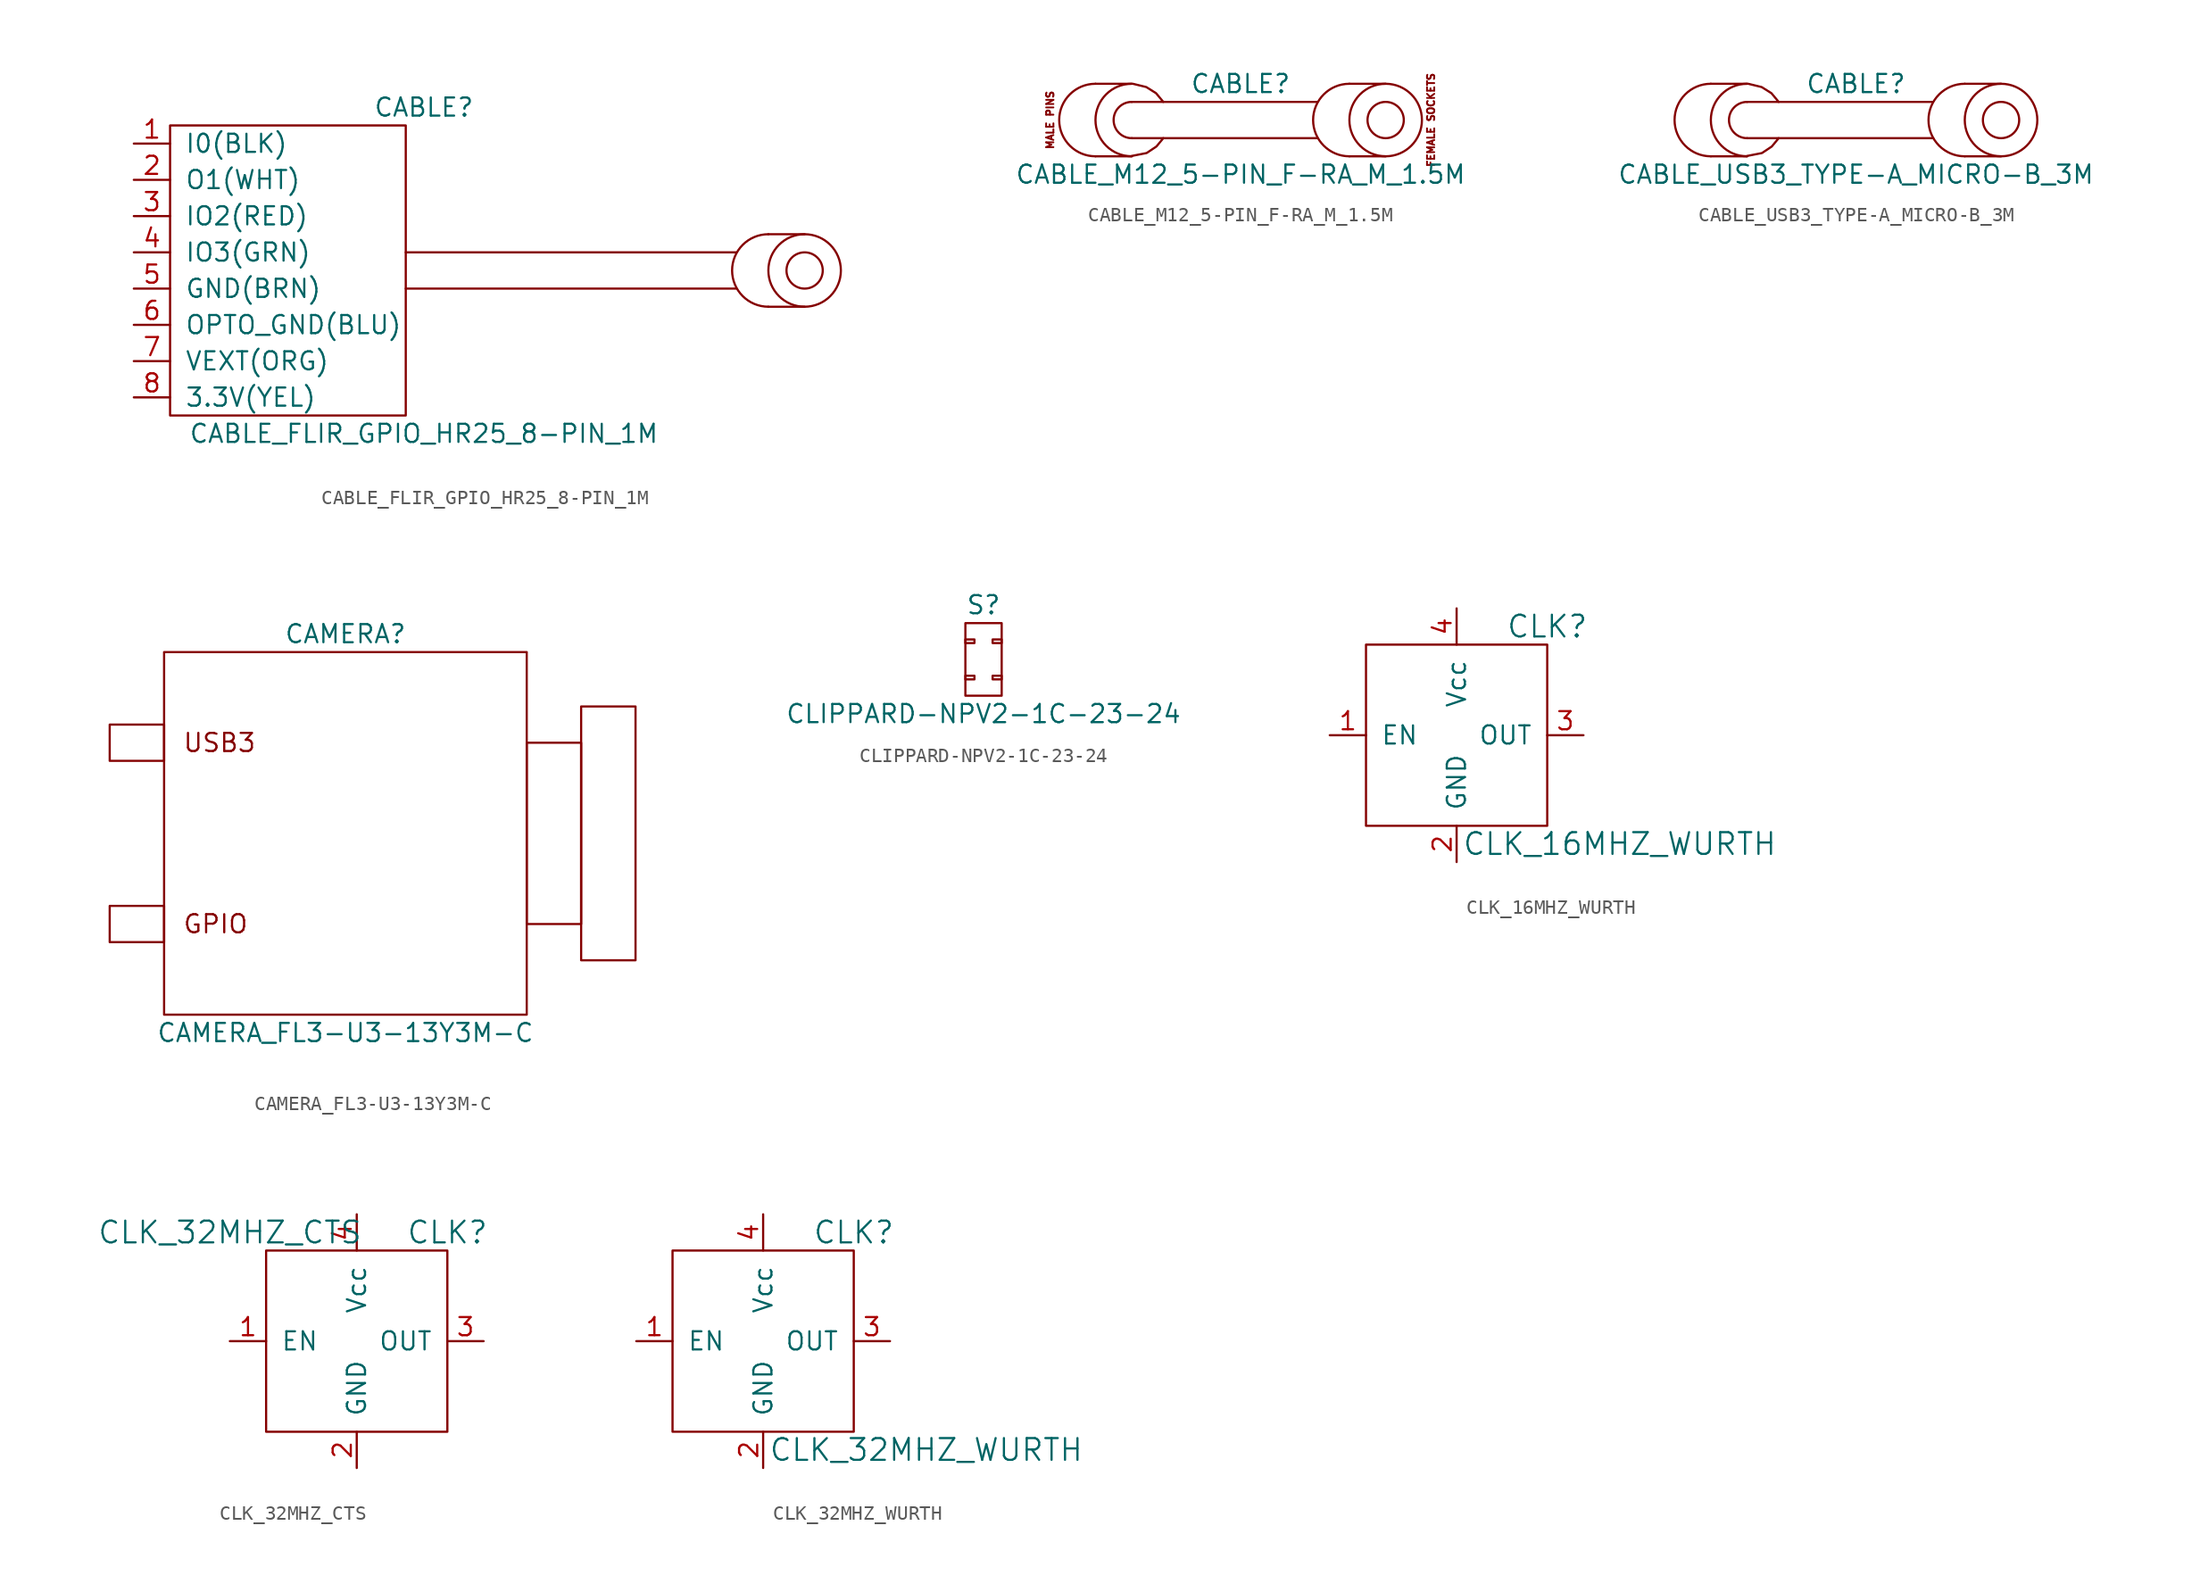
<source format=kicad_sym>
(kicad_symbol_lib
  (version 20211014)
  (generator kicad_symbol_editor)
  (symbol "CABLE_FLIR_GPIO_HR25_8-PIN_1M"
    (pin_names
      (offset 1.016))
    (property "Reference" "CABLE"
      (at 0 11.43 0)
      (effects (font (size 1.27 1.27))))
    (property "Value" "CABLE_FLIR_GPIO_HR25_8-PIN_1M"
      (at 0 -11.43 0)
      (effects (font (size 1.27 1.27))))
    (symbol "CABLE_FLIR_GPIO_HR25_8-PIN_1M_0_0"
      (rectangle (start -17.78 10.16) (end -1.27 -10.16) (stroke (width 0) (type default) (color 0 0 0 0)) (fill (type none)))
      (polyline (pts (xy -1.27 -1.27) (xy 21.895 -1.27)) (stroke (width 0) (type default) (color 0 0 0 0)) (fill (type none)))
      (polyline (pts (xy -1.27 1.27) (xy 21.895 1.27)) (stroke (width 0) (type default) (color 0 0 0 0)) (fill (type none))))
    (symbol "CABLE_FLIR_GPIO_HR25_8-PIN_1M_0_1"
      (polyline (pts (xy 24.13 -2.54) (xy 26.67 -2.54)) (stroke (width 0) (type default) (color 0 0 0 0)) (fill (type none)))
      (polyline (pts (xy 24.13 2.54) (xy 26.67 2.54)) (stroke (width 0) (type default) (color 0 0 0 0)) (fill (type none)))
      (arc (start 24.13 2.54) (mid 21.59 0) (end 24.13 -2.54) (stroke (width 0) (type default) (color 0 0 0 0)) (fill (type none)))
      (circle (center 26.67 0) (radius 1.27) (stroke (width 0) (type default) (color 0 0 0 0)) (fill (type none)))
      (circle (center 26.67 0) (radius 2.54) (stroke (width 0) (type default) (color 0 0 0 0)) (fill (type none))))
    (symbol "CABLE_FLIR_GPIO_HR25_8-PIN_1M_1_1"
      (pin passive line (at -20.32 8.89 0) (length 2.54) (name "I0(BLK)" (effects (font (size 1.27 1.27)))) (number "1" (effects (font (size 1.27 1.27)))))
      (pin passive line (at -20.32 6.35 0) (length 2.54) (name "O1(WHT)" (effects (font (size 1.27 1.27)))) (number "2" (effects (font (size 1.27 1.27)))))
      (pin passive line (at -20.32 3.81 0) (length 2.54) (name "IO2(RED)" (effects (font (size 1.27 1.27)))) (number "3" (effects (font (size 1.27 1.27)))))
      (pin passive line (at -20.32 1.27 0) (length 2.54) (name "IO3(GRN)" (effects (font (size 1.27 1.27)))) (number "4" (effects (font (size 1.27 1.27)))))
      (pin passive line (at -20.32 -1.27 0) (length 2.54) (name "GND(BRN)" (effects (font (size 1.27 1.27)))) (number "5" (effects (font (size 1.27 1.27)))))
      (pin passive line (at -20.32 -3.81 0) (length 2.54) (name "OPTO_GND(BLU)" (effects (font (size 1.27 1.27)))) (number "6" (effects (font (size 1.27 1.27)))))
      (pin passive line (at -20.32 -6.35 0) (length 2.54) (name "VEXT(ORG)" (effects (font (size 1.27 1.27)))) (number "7" (effects (font (size 1.27 1.27)))))
      (pin passive line (at -20.32 -8.89 0) (length 2.54) (name "3.3V(YEL)" (effects (font (size 1.27 1.27)))) (number "8" (effects (font (size 1.27 1.27)))))))
  (symbol "CABLE_M12_5-PIN_F-RA_M_1.5M"
    (pin_names
      (offset 1.016) hide)
    (property "Reference" "CABLE"
      (at 0 2.54 0)
      (effects (font (size 1.27 1.27))))
    (property "Value" "CABLE_M12_5-PIN_F-RA_M_1.5M"
      (at 0 -3.81 0)
      (effects (font (size 1.27 1.27))))
    (symbol "CABLE_M12_5-PIN_F-RA_M_1.5M_0_0"
      (text "FEMALE SOCKETS" (at 13.335 0 900) (effects (font (size 0.508 0.508))))
      (text "MALE PINS" (at -13.335 0 900) (effects (font (size 0.508 0.508)))))
    (symbol "CABLE_M12_5-PIN_F-RA_M_1.5M_0_1"
      (arc (start -10.16 2.54) (mid -12.7 0) (end -10.16 -2.54) (stroke (width 0) (type default) (color 0 0 0 0)) (fill (type none)))
      (arc (start -7.62 1.27) (mid -8.89 0) (end -7.62 -1.27) (stroke (width 0) (type default) (color 0 0 0 0)) (fill (type none)))
      (arc (start -7.62 2.54) (mid -10.16 0) (end -7.62 -2.54) (stroke (width 0) (type default) (color 0 0 0 0)) (fill (type none)))
      (polyline (pts (xy -10.16 -2.54) (xy -7.62 -2.54)) (stroke (width 0) (type default) (color 0 0 0 0)) (fill (type none)))
      (polyline (pts (xy -10.16 2.54) (xy -7.62 2.54)) (stroke (width 0) (type default) (color 0 0 0 0)) (fill (type none)))
      (polyline (pts (xy -7.62 -1.27) (xy 5.41 -1.27)) (stroke (width 0) (type default) (color 0 0 0 0)) (fill (type none)))
      (polyline (pts (xy -7.62 1.27) (xy 5.385 1.27)) (stroke (width 0) (type default) (color 0 0 0 0)) (fill (type none)))
      (polyline (pts (xy 7.62 -2.54) (xy 10.16 -2.54)) (stroke (width 0) (type default) (color 0 0 0 0)) (fill (type none)))
      (polyline (pts (xy 7.62 2.54) (xy 10.16 2.54)) (stroke (width 0) (type default) (color 0 0 0 0)) (fill (type none)))
      (polyline (pts (xy -7.62 -2.515) (xy -6.579 -2.311) (xy -5.893 -1.854) (xy -5.41 -1.27)) (stroke (width 0) (type default) (color 0 0 0 0)) (fill (type none)))
      (polyline (pts (xy -7.544 2.54) (xy -6.604 2.311) (xy -5.918 1.88) (xy -5.41 1.27)) (stroke (width 0) (type default) (color 0 0 0 0)) (fill (type none)))
      (arc (start 7.62 2.54) (mid 5.08 0) (end 7.62 -2.54) (stroke (width 0) (type default) (color 0 0 0 0)) (fill (type none)))
      (circle (center 10.16 0) (radius 1.27) (stroke (width 0) (type default) (color 0 0 0 0)) (fill (type none)))
      (circle (center 10.16 0) (radius 2.54) (stroke (width 0) (type default) (color 0 0 0 0)) (fill (type none)))))
  (symbol "CABLE_USB3_TYPE-A_MICRO-B_3M"
    (pin_names
      (offset 1.016) hide)
    (property "Reference" "CABLE"
      (at 0 2.54 0)
      (effects (font (size 1.27 1.27))))
    (property "Value" "CABLE_USB3_TYPE-A_MICRO-B_3M"
      (at 0 -3.81 0)
      (effects (font (size 1.27 1.27))))
    (symbol "CABLE_USB3_TYPE-A_MICRO-B_3M_0_1"
      (arc (start -10.16 2.54) (mid -12.7 0) (end -10.16 -2.54) (stroke (width 0) (type default) (color 0 0 0 0)) (fill (type none)))
      (arc (start -7.62 1.27) (mid -8.89 0) (end -7.62 -1.27) (stroke (width 0) (type default) (color 0 0 0 0)) (fill (type none)))
      (arc (start -7.62 2.54) (mid -10.16 0) (end -7.62 -2.54) (stroke (width 0) (type default) (color 0 0 0 0)) (fill (type none)))
      (polyline (pts (xy -10.16 -2.54) (xy -7.62 -2.54)) (stroke (width 0) (type default) (color 0 0 0 0)) (fill (type none)))
      (polyline (pts (xy -10.16 2.54) (xy -7.62 2.54)) (stroke (width 0) (type default) (color 0 0 0 0)) (fill (type none)))
      (polyline (pts (xy -7.62 -1.27) (xy 5.41 -1.27)) (stroke (width 0) (type default) (color 0 0 0 0)) (fill (type none)))
      (polyline (pts (xy -7.62 1.27) (xy 5.385 1.27)) (stroke (width 0) (type default) (color 0 0 0 0)) (fill (type none)))
      (polyline (pts (xy 7.62 -2.54) (xy 10.16 -2.54)) (stroke (width 0) (type default) (color 0 0 0 0)) (fill (type none)))
      (polyline (pts (xy 7.62 2.54) (xy 10.16 2.54)) (stroke (width 0) (type default) (color 0 0 0 0)) (fill (type none)))
      (polyline (pts (xy -7.62 -2.515) (xy -6.579 -2.311) (xy -5.893 -1.854) (xy -5.41 -1.27)) (stroke (width 0) (type default) (color 0 0 0 0)) (fill (type none)))
      (polyline (pts (xy -7.544 2.54) (xy -6.604 2.311) (xy -5.918 1.88) (xy -5.41 1.27)) (stroke (width 0) (type default) (color 0 0 0 0)) (fill (type none)))
      (arc (start 7.62 2.54) (mid 5.08 0) (end 7.62 -2.54) (stroke (width 0) (type default) (color 0 0 0 0)) (fill (type none)))
      (circle (center 10.16 0) (radius 1.27) (stroke (width 0) (type default) (color 0 0 0 0)) (fill (type none)))
      (circle (center 10.16 0) (radius 2.54) (stroke (width 0) (type default) (color 0 0 0 0)) (fill (type none)))))
  (symbol "CAMERA_FL3-U3-13Y3M-C"
    (pin_names
      (offset 1.016))
    (property "Reference" "CAMERA"
      (at 0 13.97 0)
      (effects (font (size 1.27 1.27))))
    (property "Value" "CAMERA_FL3-U3-13Y3M-C"
      (at 0 -13.97 0)
      (effects (font (size 1.27 1.27))))
    (symbol "CAMERA_FL3-U3-13Y3M-C_0_0"
      (rectangle (start -12.7 -5.08) (end -16.51 -7.62) (stroke (width 0) (type default) (color 0 0 0 0)) (fill (type none)))
      (rectangle (start -12.7 7.62) (end -16.51 5.08) (stroke (width 0) (type default) (color 0 0 0 0)) (fill (type none)))
      (rectangle (start -12.7 12.7) (end 12.7 -12.7) (stroke (width 0) (type default) (color 0 0 0 0)) (fill (type none)))
      (rectangle (start 12.7 6.35) (end 16.51 -6.35) (stroke (width 0) (type default) (color 0 0 0 0)) (fill (type none)))
      (rectangle (start 16.51 8.89) (end 20.32 -8.89) (stroke (width 0) (type default) (color 0 0 0 0)) (fill (type none)))
      (text "GPIO" (at -11.43 -6.35 0) (effects (font (size 1.27 1.27)) (justify left)))
      (text "USB3" (at -11.43 6.35 0) (effects (font (size 1.27 1.27)) (justify left)))))
  (symbol "CLIPPARD-NPV2-1C-23-24"
    (pin_names
      (offset 1.016) hide)
    (property "Reference" "S"
      (at 0 3.81 0)
      (effects (font (size 1.27 1.27))))
    (property "Value" "CLIPPARD-NPV2-1C-23-24"
      (at 0 -3.81 0)
      (effects (font (size 1.27 1.27))))
    (symbol "CLIPPARD-NPV2-1C-23-24_0_1"
      (rectangle (start -1.27 -1.143) (end -0.635 -1.397) (stroke (width 0) (type default) (color 0 0 0 0)) (fill (type none)))
      (rectangle (start -1.27 1.397) (end -0.635 1.143) (stroke (width 0) (type default) (color 0 0 0 0)) (fill (type none)))
      (rectangle (start -1.27 2.54) (end 1.27 -2.54) (stroke (width 0) (type default) (color 0 0 0 0)) (fill (type none)))
      (rectangle (start 1.27 -1.397) (end 0.635 -1.143) (stroke (width 0) (type default) (color 0 0 0 0)) (fill (type none)))
      (rectangle (start 1.27 1.143) (end 0.635 1.397) (stroke (width 0) (type default) (color 0 0 0 0)) (fill (type none)))))
  (symbol "CLK_16MHZ_WURTH"
    (pin_names
      (offset 1.016))
    (property "Reference" "CLK"
      (at 6.35 7.62 0)
      (effects (font (size 1.524 1.524))))
    (property "Value" "CLK_16MHZ_WURTH"
      (at 11.43 -7.62 0)
      (effects (font (size 1.524 1.524))))
    (symbol "CLK_16MHZ_WURTH_0_1"
      (rectangle (start -6.35 6.35) (end 6.35 -6.35) (stroke (width 0) (type default) (color 0 0 0 0)) (fill (type none))))
    (symbol "CLK_16MHZ_WURTH_1_1"
      (pin input line (at -8.89 0 0) (length 2.54) (name "EN" (effects (font (size 1.27 1.27)))) (number "1" (effects (font (size 1.27 1.27)))))
      (pin power_in line (at 0 -8.89 90) (length 2.54) (name "GND" (effects (font (size 1.27 1.27)))) (number "2" (effects (font (size 1.27 1.27)))))
      (pin output line (at 8.89 0 180) (length 2.54) (name "OUT" (effects (font (size 1.27 1.27)))) (number "3" (effects (font (size 1.27 1.27)))))
      (pin power_in line (at 0 8.89 270) (length 2.54) (name "Vcc" (effects (font (size 1.27 1.27)))) (number "4" (effects (font (size 1.27 1.27)))))))
  (symbol "CLK_32MHZ_CTS"
    (pin_names
      (offset 1.016))
    (property "Reference" "CLK"
      (at 6.35 7.62 0)
      (effects (font (size 1.524 1.524))))
    (property "Value" "CLK_32MHZ_CTS"
      (at -8.89 7.62 0)
      (effects (font (size 1.524 1.524))))
    (symbol "CLK_32MHZ_CTS_0_1"
      (rectangle (start -6.35 6.35) (end 6.35 -6.35) (stroke (width 0) (type default) (color 0 0 0 0)) (fill (type none))))
    (symbol "CLK_32MHZ_CTS_1_1"
      (pin input line (at -8.89 0 0) (length 2.54) (name "EN" (effects (font (size 1.27 1.27)))) (number "1" (effects (font (size 1.27 1.27)))))
      (pin power_in line (at 0 -8.89 90) (length 2.54) (name "GND" (effects (font (size 1.27 1.27)))) (number "2" (effects (font (size 1.27 1.27)))))
      (pin output line (at 8.89 0 180) (length 2.54) (name "OUT" (effects (font (size 1.27 1.27)))) (number "3" (effects (font (size 1.27 1.27)))))
      (pin power_in line (at 0 8.89 270) (length 2.54) (name "Vcc" (effects (font (size 1.27 1.27)))) (number "4" (effects (font (size 1.27 1.27)))))))
  (symbol "CLK_32MHZ_WURTH"
    (pin_names
      (offset 1.016))
    (property "Reference" "CLK"
      (at 6.35 7.62 0)
      (effects (font (size 1.524 1.524))))
    (property "Value" "CLK_32MHZ_WURTH"
      (at 11.43 -7.62 0)
      (effects (font (size 1.524 1.524))))
    (symbol "CLK_32MHZ_WURTH_0_1"
      (rectangle (start -6.35 6.35) (end 6.35 -6.35) (stroke (width 0) (type default) (color 0 0 0 0)) (fill (type none))))
    (symbol "CLK_32MHZ_WURTH_1_1"
      (pin input line (at -8.89 0 0) (length 2.54) (name "EN" (effects (font (size 1.27 1.27)))) (number "1" (effects (font (size 1.27 1.27)))))
      (pin power_in line (at 0 -8.89 90) (length 2.54) (name "GND" (effects (font (size 1.27 1.27)))) (number "2" (effects (font (size 1.27 1.27)))))
      (pin output line (at 8.89 0 180) (length 2.54) (name "OUT" (effects (font (size 1.27 1.27)))) (number "3" (effects (font (size 1.27 1.27)))))
      (pin power_in line (at 0 8.89 270) (length 2.54) (name "Vcc" (effects (font (size 1.27 1.27)))) (number "4" (effects (font (size 1.27 1.27))))))))
</source>
